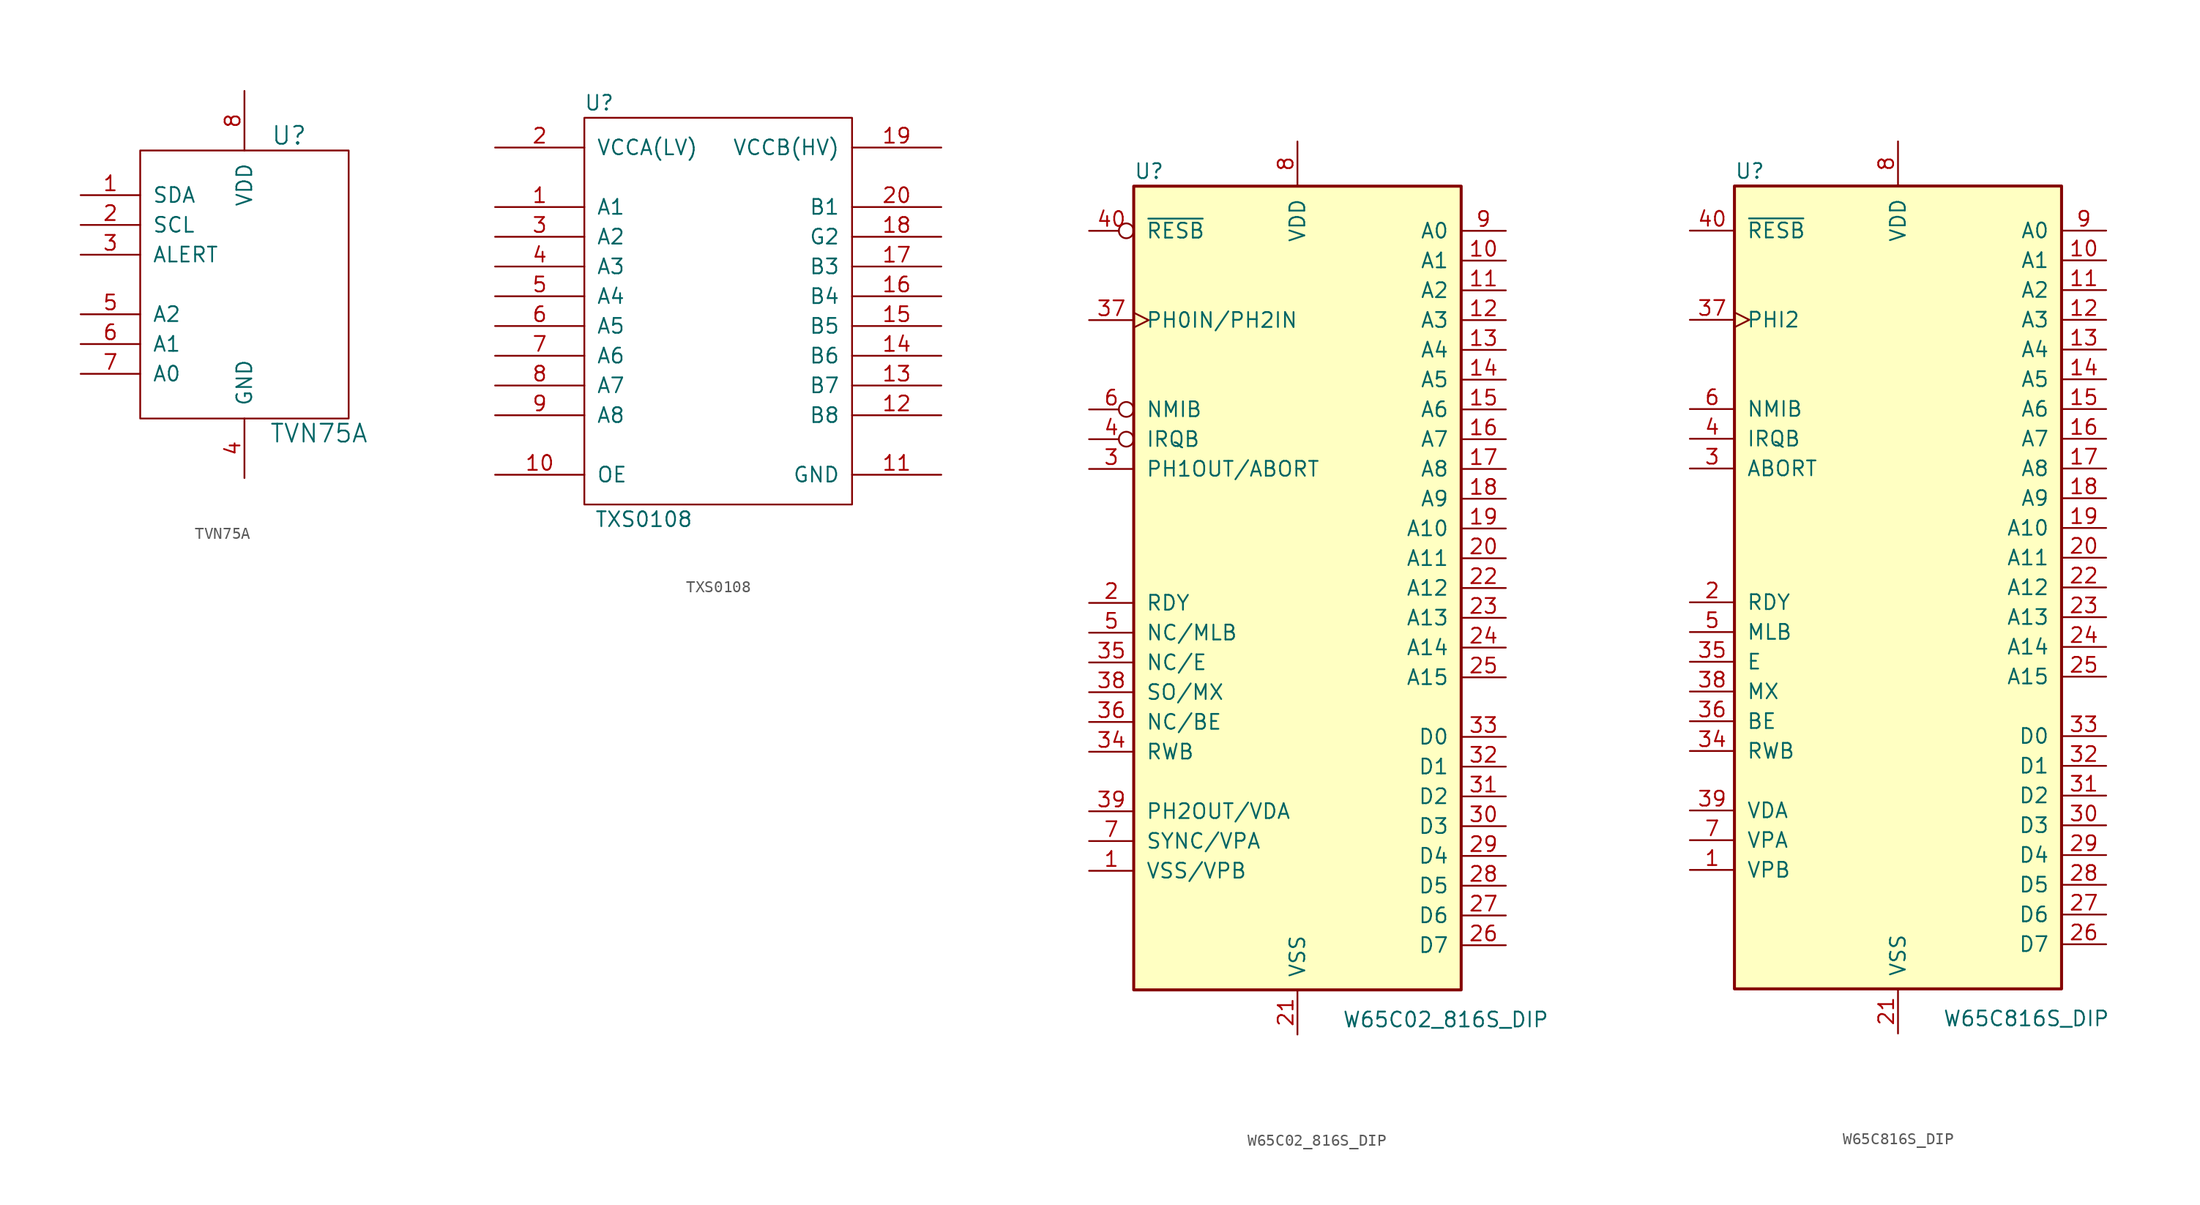
<source format=kicad_sym>
(kicad_symbol_lib
  (version 20220914)
  (generator kicad_symbol_editor)
  (symbol "TVN75A"
    (pin_names
      (offset 1.016))
    (property "Reference" "U"
      (at 3.81 12.7 0)
      (effects (font (size 1.524 1.524))))
    (property "Value" "TVN75A"
      (at 6.35 -12.7 0)
      (effects (font (size 1.524 1.524))))
    (property "Footprint" ""
      (at 0 0 0)
      (effects (font (size 1.524 1.524))))
    (property "Datasheet" ""
      (at 0 0 0)
      (effects (font (size 1.524 1.524))))
    (symbol "TVN75A_0_1"
      (rectangle (start -8.89 11.43) (end 8.89 -11.43) (stroke (width 0) (type default)) (fill (type none))))
    (symbol "TVN75A_1_1"
      (pin bidirectional line (at -13.97 7.62 0) (length 5.08) (name "SDA" (effects (font (size 1.27 1.27)))) (number "1" (effects (font (size 1.27 1.27)))))
      (pin input line (at -13.97 5.08 0) (length 5.08) (name "SCL" (effects (font (size 1.27 1.27)))) (number "2" (effects (font (size 1.27 1.27)))))
      (pin output line (at -13.97 2.54 0) (length 5.08) (name "ALERT" (effects (font (size 1.27 1.27)))) (number "3" (effects (font (size 1.27 1.27)))))
      (pin input line (at 0 -16.51 90) (length 5.08) (name "GND" (effects (font (size 1.27 1.27)))) (number "4" (effects (font (size 1.27 1.27)))))
      (pin input line (at -13.97 -2.54 0) (length 5.08) (name "A2" (effects (font (size 1.27 1.27)))) (number "5" (effects (font (size 1.27 1.27)))))
      (pin input line (at -13.97 -5.08 0) (length 5.08) (name "A1" (effects (font (size 1.27 1.27)))) (number "6" (effects (font (size 1.27 1.27)))))
      (pin input line (at -13.97 -7.62 0) (length 5.08) (name "A0" (effects (font (size 1.27 1.27)))) (number "7" (effects (font (size 1.27 1.27)))))
      (pin input line (at 0 16.51 270) (length 5.08) (name "VDD" (effects (font (size 1.27 1.27)))) (number "8" (effects (font (size 1.27 1.27)))))))
  (symbol "TXS0108"
    (pin_names
      (offset 1.016))
    (property "Reference" "U"
      (at -10.16 17.78 0)
      (effects (font (size 1.27 1.27))))
    (property "Value" "TXS0108"
      (at -6.35 -17.78 0)
      (effects (font (size 1.27 1.27))))
    (symbol "TXS0108_1_0"
      (rectangle (start -11.43 -16.51) (end 11.43 16.51) (stroke (width 0) (type default)) (fill (type none))))
    (symbol "TXS0108_1_1"
      (pin bidirectional line (at -19.05 8.89 0) (length 7.62) (name "A1" (effects (font (size 1.27 1.27)))) (number "1" (effects (font (size 1.27 1.27)))))
      (pin input line (at -19.05 -13.97 0) (length 7.62) (name "OE" (effects (font (size 1.27 1.27)))) (number "10" (effects (font (size 1.27 1.27)))))
      (pin passive line (at 19.05 -13.97 180) (length 7.62) (name "GND" (effects (font (size 1.27 1.27)))) (number "11" (effects (font (size 1.27 1.27)))))
      (pin bidirectional line (at 19.05 -8.89 180) (length 7.62) (name "B8" (effects (font (size 1.27 1.27)))) (number "12" (effects (font (size 1.27 1.27)))))
      (pin bidirectional line (at 19.05 -6.35 180) (length 7.62) (name "B7" (effects (font (size 1.27 1.27)))) (number "13" (effects (font (size 1.27 1.27)))))
      (pin bidirectional line (at 19.05 -3.81 180) (length 7.62) (name "B6" (effects (font (size 1.27 1.27)))) (number "14" (effects (font (size 1.27 1.27)))))
      (pin bidirectional line (at 19.05 -1.27 180) (length 7.62) (name "B5" (effects (font (size 1.27 1.27)))) (number "15" (effects (font (size 1.27 1.27)))))
      (pin bidirectional line (at 19.05 1.27 180) (length 7.62) (name "B4" (effects (font (size 1.27 1.27)))) (number "16" (effects (font (size 1.27 1.27)))))
      (pin bidirectional line (at 19.05 3.81 180) (length 7.62) (name "B3" (effects (font (size 1.27 1.27)))) (number "17" (effects (font (size 1.27 1.27)))))
      (pin bidirectional line (at 19.05 6.35 180) (length 7.62) (name "G2" (effects (font (size 1.27 1.27)))) (number "18" (effects (font (size 1.27 1.27)))))
      (pin passive line (at 19.05 13.97 180) (length 7.62) (name "VCCB(HV)" (effects (font (size 1.27 1.27)))) (number "19" (effects (font (size 1.27 1.27)))))
      (pin passive line (at -19.05 13.97 0) (length 7.62) (name "VCCA(LV)" (effects (font (size 1.27 1.27)))) (number "2" (effects (font (size 1.27 1.27)))))
      (pin bidirectional line (at 19.05 8.89 180) (length 7.62) (name "B1" (effects (font (size 1.27 1.27)))) (number "20" (effects (font (size 1.27 1.27)))))
      (pin bidirectional line (at -19.05 6.35 0) (length 7.62) (name "A2" (effects (font (size 1.27 1.27)))) (number "3" (effects (font (size 1.27 1.27)))))
      (pin bidirectional line (at -19.05 3.81 0) (length 7.62) (name "A3" (effects (font (size 1.27 1.27)))) (number "4" (effects (font (size 1.27 1.27)))))
      (pin bidirectional line (at -19.05 1.27 0) (length 7.62) (name "A4" (effects (font (size 1.27 1.27)))) (number "5" (effects (font (size 1.27 1.27)))))
      (pin bidirectional line (at -19.05 -1.27 0) (length 7.62) (name "A5" (effects (font (size 1.27 1.27)))) (number "6" (effects (font (size 1.27 1.27)))))
      (pin bidirectional line (at -19.05 -3.81 0) (length 7.62) (name "A6" (effects (font (size 1.27 1.27)))) (number "7" (effects (font (size 1.27 1.27)))))
      (pin bidirectional line (at -19.05 -6.35 0) (length 7.62) (name "A7" (effects (font (size 1.27 1.27)))) (number "8" (effects (font (size 1.27 1.27)))))
      (pin bidirectional line (at -19.05 -8.89 0) (length 7.62) (name "A8" (effects (font (size 1.27 1.27)))) (number "9" (effects (font (size 1.27 1.27)))))))
  (symbol "W65C02_816S_DIP"
    (pin_names
      (offset 1.016))
    (property "Reference" "U"
      (at -13.97 35.56 0)
      (effects (font (size 1.27 1.27)) (justify left)))
    (property "Value" "W65C02_816S_DIP"
      (at 3.81 -36.83 0)
      (effects (font (size 1.27 1.27)) (justify left)))
    (symbol "W65C02_816S_DIP_0_1"
      (rectangle (start -13.97 34.29) (end 13.97 -34.29) (stroke (width 0.254) (type default)) (fill (type background))))
    (symbol "W65C02_816S_DIP_1_1"
      (pin output line (at -17.78 -24.13 0) (length 3.81) (name "VSS/VPB" (effects (font (size 1.27 1.27)))) (number "1" (effects (font (size 1.27 1.27)))))
      (pin output line (at 17.78 27.94 180) (length 3.81) (name "A1" (effects (font (size 1.27 1.27)))) (number "10" (effects (font (size 1.27 1.27)))))
      (pin output line (at 17.78 25.4 180) (length 3.81) (name "A2" (effects (font (size 1.27 1.27)))) (number "11" (effects (font (size 1.27 1.27)))))
      (pin output line (at 17.78 22.86 180) (length 3.81) (name "A3" (effects (font (size 1.27 1.27)))) (number "12" (effects (font (size 1.27 1.27)))))
      (pin output line (at 17.78 20.32 180) (length 3.81) (name "A4" (effects (font (size 1.27 1.27)))) (number "13" (effects (font (size 1.27 1.27)))))
      (pin output line (at 17.78 17.78 180) (length 3.81) (name "A5" (effects (font (size 1.27 1.27)))) (number "14" (effects (font (size 1.27 1.27)))))
      (pin output line (at 17.78 15.24 180) (length 3.81) (name "A6" (effects (font (size 1.27 1.27)))) (number "15" (effects (font (size 1.27 1.27)))))
      (pin output line (at 17.78 12.7 180) (length 3.81) (name "A7" (effects (font (size 1.27 1.27)))) (number "16" (effects (font (size 1.27 1.27)))))
      (pin output line (at 17.78 10.16 180) (length 3.81) (name "A8" (effects (font (size 1.27 1.27)))) (number "17" (effects (font (size 1.27 1.27)))))
      (pin output line (at 17.78 7.62 180) (length 3.81) (name "A9" (effects (font (size 1.27 1.27)))) (number "18" (effects (font (size 1.27 1.27)))))
      (pin output line (at 17.78 5.08 180) (length 3.81) (name "A10" (effects (font (size 1.27 1.27)))) (number "19" (effects (font (size 1.27 1.27)))))
      (pin input line (at -17.78 -1.27 0) (length 3.81) (name "RDY" (effects (font (size 1.27 1.27)))) (number "2" (effects (font (size 1.27 1.27)))))
      (pin output line (at 17.78 2.54 180) (length 3.81) (name "A11" (effects (font (size 1.27 1.27)))) (number "20" (effects (font (size 1.27 1.27)))))
      (pin power_in line (at 0 -38.1 90) (length 3.81) (name "VSS" (effects (font (size 1.27 1.27)))) (number "21" (effects (font (size 1.27 1.27)))))
      (pin output line (at 17.78 0 180) (length 3.81) (name "A12" (effects (font (size 1.27 1.27)))) (number "22" (effects (font (size 1.27 1.27)))))
      (pin output line (at 17.78 -2.54 180) (length 3.81) (name "A13" (effects (font (size 1.27 1.27)))) (number "23" (effects (font (size 1.27 1.27)))))
      (pin output line (at 17.78 -5.08 180) (length 3.81) (name "A14" (effects (font (size 1.27 1.27)))) (number "24" (effects (font (size 1.27 1.27)))))
      (pin output line (at 17.78 -7.62 180) (length 3.81) (name "A15" (effects (font (size 1.27 1.27)))) (number "25" (effects (font (size 1.27 1.27)))))
      (pin bidirectional line (at 17.78 -30.48 180) (length 3.81) (name "D7" (effects (font (size 1.27 1.27)))) (number "26" (effects (font (size 1.27 1.27)))))
      (pin bidirectional line (at 17.78 -27.94 180) (length 3.81) (name "D6" (effects (font (size 1.27 1.27)))) (number "27" (effects (font (size 1.27 1.27)))))
      (pin bidirectional line (at 17.78 -25.4 180) (length 3.81) (name "D5" (effects (font (size 1.27 1.27)))) (number "28" (effects (font (size 1.27 1.27)))))
      (pin bidirectional line (at 17.78 -22.86 180) (length 3.81) (name "D4" (effects (font (size 1.27 1.27)))) (number "29" (effects (font (size 1.27 1.27)))))
      (pin input line (at -17.78 10.16 0) (length 3.81) (name "PH1OUT/ABORT" (effects (font (size 1.27 1.27)))) (number "3" (effects (font (size 1.27 1.27)))))
      (pin bidirectional line (at 17.78 -20.32 180) (length 3.81) (name "D3" (effects (font (size 1.27 1.27)))) (number "30" (effects (font (size 1.27 1.27)))))
      (pin bidirectional line (at 17.78 -17.78 180) (length 3.81) (name "D2" (effects (font (size 1.27 1.27)))) (number "31" (effects (font (size 1.27 1.27)))))
      (pin bidirectional line (at 17.78 -15.24 180) (length 3.81) (name "D1" (effects (font (size 1.27 1.27)))) (number "32" (effects (font (size 1.27 1.27)))))
      (pin bidirectional line (at 17.78 -12.7 180) (length 3.81) (name "D0" (effects (font (size 1.27 1.27)))) (number "33" (effects (font (size 1.27 1.27)))))
      (pin output line (at -17.78 -13.97 0) (length 3.81) (name "RWB" (effects (font (size 1.27 1.27)))) (number "34" (effects (font (size 1.27 1.27)))))
      (pin input line (at -17.78 -6.35 0) (length 3.81) (name "NC/E" (effects (font (size 1.27 1.27)))) (number "35" (effects (font (size 1.27 1.27)))))
      (pin output line (at -17.78 -11.43 0) (length 3.81) (name "NC/BE" (effects (font (size 1.27 1.27)))) (number "36" (effects (font (size 1.27 1.27)))))
      (pin input clock (at -17.78 22.86 0) (length 3.81) (name "PH0IN/PH2IN" (effects (font (size 1.27 1.27)))) (number "37" (effects (font (size 1.27 1.27)))))
      (pin output line (at -17.78 -8.89 0) (length 3.81) (name "SO/MX" (effects (font (size 1.27 1.27)))) (number "38" (effects (font (size 1.27 1.27)))))
      (pin output line (at -17.78 -19.05 0) (length 3.81) (name "PH2OUT/VDA" (effects (font (size 1.27 1.27)))) (number "39" (effects (font (size 1.27 1.27)))))
      (pin input inverted (at -17.78 12.7 0) (length 3.81) (name "IRQB" (effects (font (size 1.27 1.27)))) (number "4" (effects (font (size 1.27 1.27)))))
      (pin input inverted (at -17.78 30.48 0) (length 3.81) (name "~{RESB}" (effects (font (size 1.27 1.27)))) (number "40" (effects (font (size 1.27 1.27)))))
      (pin output line (at -17.78 -3.81 0) (length 3.81) (name "NC/MLB" (effects (font (size 1.27 1.27)))) (number "5" (effects (font (size 1.27 1.27)))))
      (pin input inverted (at -17.78 15.24 0) (length 3.81) (name "NMIB" (effects (font (size 1.27 1.27)))) (number "6" (effects (font (size 1.27 1.27)))))
      (pin output line (at -17.78 -21.59 0) (length 3.81) (name "SYNC/VPA" (effects (font (size 1.27 1.27)))) (number "7" (effects (font (size 1.27 1.27)))))
      (pin power_in line (at 0 38.1 270) (length 3.81) (name "VDD" (effects (font (size 1.27 1.27)))) (number "8" (effects (font (size 1.27 1.27)))))
      (pin output line (at 17.78 30.48 180) (length 3.81) (name "A0" (effects (font (size 1.27 1.27)))) (number "9" (effects (font (size 1.27 1.27)))))))
  (symbol "W65C816S_DIP"
    (pin_names
      (offset 1.016))
    (property "Reference" "U"
      (at -13.97 35.56 0)
      (effects (font (size 1.27 1.27)) (justify left)))
    (property "Value" "W65C816S_DIP"
      (at 3.81 -36.83 0)
      (effects (font (size 1.27 1.27)) (justify left)))
    (symbol "W65C816S_DIP_0_1"
      (rectangle (start -13.97 34.29) (end 13.97 -34.29) (stroke (width 0.254) (type default)) (fill (type background))))
    (symbol "W65C816S_DIP_1_1"
      (pin output line (at -17.78 -24.13 0) (length 3.81) (name "VPB" (effects (font (size 1.27 1.27)))) (number "1" (effects (font (size 1.27 1.27)))))
      (pin output line (at 17.78 27.94 180) (length 3.81) (name "A1" (effects (font (size 1.27 1.27)))) (number "10" (effects (font (size 1.27 1.27)))))
      (pin output line (at 17.78 25.4 180) (length 3.81) (name "A2" (effects (font (size 1.27 1.27)))) (number "11" (effects (font (size 1.27 1.27)))))
      (pin output line (at 17.78 22.86 180) (length 3.81) (name "A3" (effects (font (size 1.27 1.27)))) (number "12" (effects (font (size 1.27 1.27)))))
      (pin output line (at 17.78 20.32 180) (length 3.81) (name "A4" (effects (font (size 1.27 1.27)))) (number "13" (effects (font (size 1.27 1.27)))))
      (pin output line (at 17.78 17.78 180) (length 3.81) (name "A5" (effects (font (size 1.27 1.27)))) (number "14" (effects (font (size 1.27 1.27)))))
      (pin output line (at 17.78 15.24 180) (length 3.81) (name "A6" (effects (font (size 1.27 1.27)))) (number "15" (effects (font (size 1.27 1.27)))))
      (pin output line (at 17.78 12.7 180) (length 3.81) (name "A7" (effects (font (size 1.27 1.27)))) (number "16" (effects (font (size 1.27 1.27)))))
      (pin output line (at 17.78 10.16 180) (length 3.81) (name "A8" (effects (font (size 1.27 1.27)))) (number "17" (effects (font (size 1.27 1.27)))))
      (pin output line (at 17.78 7.62 180) (length 3.81) (name "A9" (effects (font (size 1.27 1.27)))) (number "18" (effects (font (size 1.27 1.27)))))
      (pin output line (at 17.78 5.08 180) (length 3.81) (name "A10" (effects (font (size 1.27 1.27)))) (number "19" (effects (font (size 1.27 1.27)))))
      (pin input line (at -17.78 -1.27 0) (length 3.81) (name "RDY" (effects (font (size 1.27 1.27)))) (number "2" (effects (font (size 1.27 1.27)))))
      (pin output line (at 17.78 2.54 180) (length 3.81) (name "A11" (effects (font (size 1.27 1.27)))) (number "20" (effects (font (size 1.27 1.27)))))
      (pin power_in line (at 0 -38.1 90) (length 3.81) (name "VSS" (effects (font (size 1.27 1.27)))) (number "21" (effects (font (size 1.27 1.27)))))
      (pin output line (at 17.78 0 180) (length 3.81) (name "A12" (effects (font (size 1.27 1.27)))) (number "22" (effects (font (size 1.27 1.27)))))
      (pin output line (at 17.78 -2.54 180) (length 3.81) (name "A13" (effects (font (size 1.27 1.27)))) (number "23" (effects (font (size 1.27 1.27)))))
      (pin output line (at 17.78 -5.08 180) (length 3.81) (name "A14" (effects (font (size 1.27 1.27)))) (number "24" (effects (font (size 1.27 1.27)))))
      (pin output line (at 17.78 -7.62 180) (length 3.81) (name "A15" (effects (font (size 1.27 1.27)))) (number "25" (effects (font (size 1.27 1.27)))))
      (pin bidirectional line (at 17.78 -30.48 180) (length 3.81) (name "D7" (effects (font (size 1.27 1.27)))) (number "26" (effects (font (size 1.27 1.27)))))
      (pin bidirectional line (at 17.78 -27.94 180) (length 3.81) (name "D6" (effects (font (size 1.27 1.27)))) (number "27" (effects (font (size 1.27 1.27)))))
      (pin bidirectional line (at 17.78 -25.4 180) (length 3.81) (name "D5" (effects (font (size 1.27 1.27)))) (number "28" (effects (font (size 1.27 1.27)))))
      (pin bidirectional line (at 17.78 -22.86 180) (length 3.81) (name "D4" (effects (font (size 1.27 1.27)))) (number "29" (effects (font (size 1.27 1.27)))))
      (pin input line (at -17.78 10.16 0) (length 3.81) (name "ABORT" (effects (font (size 1.27 1.27)))) (number "3" (effects (font (size 1.27 1.27)))))
      (pin bidirectional line (at 17.78 -20.32 180) (length 3.81) (name "D3" (effects (font (size 1.27 1.27)))) (number "30" (effects (font (size 1.27 1.27)))))
      (pin bidirectional line (at 17.78 -17.78 180) (length 3.81) (name "D2" (effects (font (size 1.27 1.27)))) (number "31" (effects (font (size 1.27 1.27)))))
      (pin bidirectional line (at 17.78 -15.24 180) (length 3.81) (name "D1" (effects (font (size 1.27 1.27)))) (number "32" (effects (font (size 1.27 1.27)))))
      (pin bidirectional line (at 17.78 -12.7 180) (length 3.81) (name "D0" (effects (font (size 1.27 1.27)))) (number "33" (effects (font (size 1.27 1.27)))))
      (pin output line (at -17.78 -13.97 0) (length 3.81) (name "RWB" (effects (font (size 1.27 1.27)))) (number "34" (effects (font (size 1.27 1.27)))))
      (pin input line (at -17.78 -6.35 0) (length 3.81) (name "E" (effects (font (size 1.27 1.27)))) (number "35" (effects (font (size 1.27 1.27)))))
      (pin output line (at -17.78 -11.43 0) (length 3.81) (name "BE" (effects (font (size 1.27 1.27)))) (number "36" (effects (font (size 1.27 1.27)))))
      (pin input clock (at -17.78 22.86 0) (length 3.81) (name "PHI2" (effects (font (size 1.27 1.27)))) (number "37" (effects (font (size 1.27 1.27)))))
      (pin output line (at -17.78 -8.89 0) (length 3.81) (name "MX" (effects (font (size 1.27 1.27)))) (number "38" (effects (font (size 1.27 1.27)))))
      (pin output line (at -17.78 -19.05 0) (length 3.81) (name "VDA" (effects (font (size 1.27 1.27)))) (number "39" (effects (font (size 1.27 1.27)))))
      (pin input line (at -17.78 12.7 0) (length 3.81) (name "IRQB" (effects (font (size 1.27 1.27)))) (number "4" (effects (font (size 1.27 1.27)))))
      (pin input line (at -17.78 30.48 0) (length 3.81) (name "~{RESB}" (effects (font (size 1.27 1.27)))) (number "40" (effects (font (size 1.27 1.27)))))
      (pin output line (at -17.78 -3.81 0) (length 3.81) (name "MLB" (effects (font (size 1.27 1.27)))) (number "5" (effects (font (size 1.27 1.27)))))
      (pin input line (at -17.78 15.24 0) (length 3.81) (name "NMIB" (effects (font (size 1.27 1.27)))) (number "6" (effects (font (size 1.27 1.27)))))
      (pin output line (at -17.78 -21.59 0) (length 3.81) (name "VPA" (effects (font (size 1.27 1.27)))) (number "7" (effects (font (size 1.27 1.27)))))
      (pin power_in line (at 0 38.1 270) (length 3.81) (name "VDD" (effects (font (size 1.27 1.27)))) (number "8" (effects (font (size 1.27 1.27)))))
      (pin output line (at 17.78 30.48 180) (length 3.81) (name "A0" (effects (font (size 1.27 1.27)))) (number "9" (effects (font (size 1.27 1.27))))))))
</source>
